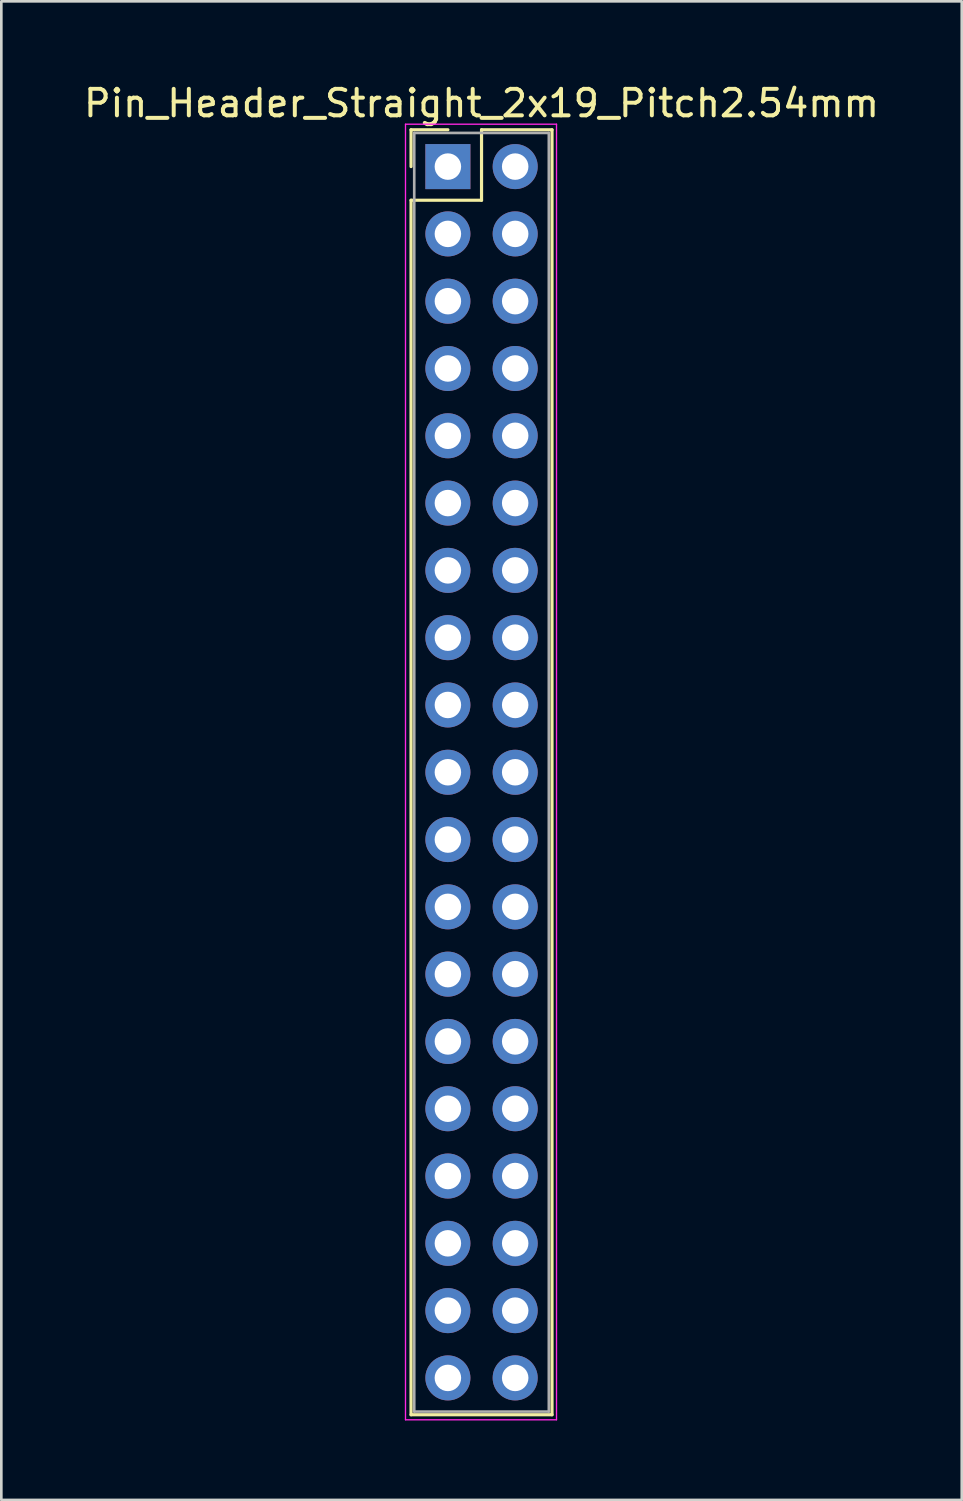
<source format=kicad_pcb>
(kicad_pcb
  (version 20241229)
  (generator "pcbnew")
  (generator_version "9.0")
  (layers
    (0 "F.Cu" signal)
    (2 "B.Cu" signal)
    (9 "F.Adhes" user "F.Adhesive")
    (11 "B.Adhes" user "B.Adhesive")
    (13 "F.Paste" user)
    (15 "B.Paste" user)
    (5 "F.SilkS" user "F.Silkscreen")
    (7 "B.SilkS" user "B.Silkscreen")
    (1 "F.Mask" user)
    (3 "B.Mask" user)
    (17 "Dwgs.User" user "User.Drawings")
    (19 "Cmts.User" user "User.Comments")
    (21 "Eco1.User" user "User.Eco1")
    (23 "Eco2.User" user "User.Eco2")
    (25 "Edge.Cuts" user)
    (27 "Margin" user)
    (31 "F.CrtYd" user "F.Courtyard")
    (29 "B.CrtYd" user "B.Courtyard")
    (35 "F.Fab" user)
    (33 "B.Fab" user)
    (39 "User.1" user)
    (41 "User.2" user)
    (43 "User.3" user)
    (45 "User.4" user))
  (footprint "Pin_Header_Straight_2x19_Pitch2.54mm"
    (layer "F.Cu")
    (at 13.855 3.238)
    (property "Reference" "Pin_Header_Straight_2x19_Pitch2.54mm" (at 1.27 -2.39 0) (layer "F.SilkS") (effects (font (size 1 1) (thickness 0.15))))
    (attr through_hole)
    (fp_line (start -1.39 -1.39) (end 0 -1.39) (stroke (width 0.12) (type solid)) (layer "F.SilkS"))
    (fp_line (start -1.39 0) (end -1.39 -1.39) (stroke (width 0.12) (type solid)) (layer "F.SilkS"))
    (fp_line (start -1.39 1.27) (end -1.39 47.11) (stroke (width 0.12) (type solid)) (layer "F.SilkS"))
    (fp_line (start -1.39 47.11) (end 3.93 47.11) (stroke (width 0.12) (type solid)) (layer "F.SilkS"))
    (fp_line (start 1.27 -1.39) (end 1.27 1.27) (stroke (width 0.12) (type solid)) (layer "F.SilkS"))
    (fp_line (start 1.27 1.27) (end -1.39 1.27) (stroke (width 0.12) (type solid)) (layer "F.SilkS"))
    (fp_line (start 3.93 -1.39) (end 1.27 -1.39) (stroke (width 0.12) (type solid)) (layer "F.SilkS"))
    (fp_line (start 3.93 47.11) (end 3.93 -1.39) (stroke (width 0.12) (type solid)) (layer "F.SilkS"))
    (fp_line (start -1.6 -1.6) (end -1.6 47.3) (stroke (width 0.05) (type solid)) (layer "F.CrtYd"))
    (fp_line (start -1.6 47.3) (end 4.1 47.3) (stroke (width 0.05) (type solid)) (layer "F.CrtYd"))
    (fp_line (start 4.1 -1.6) (end -1.6 -1.6) (stroke (width 0.05) (type solid)) (layer "F.CrtYd"))
    (fp_line (start 4.1 47.3) (end 4.1 -1.6) (stroke (width 0.05) (type solid)) (layer "F.CrtYd"))
    (fp_line (start -1.27 -1.27) (end -1.27 46.99) (stroke (width 0.1) (type solid)) (layer "F.Fab"))
    (fp_line (start -1.27 46.99) (end 3.81 46.99) (stroke (width 0.1) (type solid)) (layer "F.Fab"))
    (fp_line (start 3.81 -1.27) (end -1.27 -1.27) (stroke (width 0.1) (type solid)) (layer "F.Fab"))
    (fp_line (start 3.81 46.99) (end 3.81 -1.27) (stroke (width 0.1) (type solid)) (layer "F.Fab"))
    (pad "1" thru_hole rect (at 0 0) (size 1.7 1.7) (drill 1) (layers "*.Cu" "*.Mask"))
    (pad "2" thru_hole oval (at 2.54 0) (size 1.7 1.7) (drill 1) (layers "*.Cu" "*.Mask"))
    (pad "3" thru_hole oval (at 0 2.54) (size 1.7 1.7) (drill 1) (layers "*.Cu" "*.Mask"))
    (pad "4" thru_hole oval (at 2.54 2.54) (size 1.7 1.7) (drill 1) (layers "*.Cu" "*.Mask"))
    (pad "5" thru_hole oval (at 0 5.08) (size 1.7 1.7) (drill 1) (layers "*.Cu" "*.Mask"))
    (pad "6" thru_hole oval (at 2.54 5.08) (size 1.7 1.7) (drill 1) (layers "*.Cu" "*.Mask"))
    (pad "7" thru_hole oval (at 0 7.62) (size 1.7 1.7) (drill 1) (layers "*.Cu" "*.Mask"))
    (pad "8" thru_hole oval (at 2.54 7.62) (size 1.7 1.7) (drill 1) (layers "*.Cu" "*.Mask"))
    (pad "9" thru_hole oval (at 0 10.16) (size 1.7 1.7) (drill 1) (layers "*.Cu" "*.Mask"))
    (pad "10" thru_hole oval (at 2.54 10.16) (size 1.7 1.7) (drill 1) (layers "*.Cu" "*.Mask"))
    (pad "11" thru_hole oval (at 0 12.7) (size 1.7 1.7) (drill 1) (layers "*.Cu" "*.Mask"))
    (pad "12" thru_hole oval (at 2.54 12.7) (size 1.7 1.7) (drill 1) (layers "*.Cu" "*.Mask"))
    (pad "13" thru_hole oval (at 0 15.24) (size 1.7 1.7) (drill 1) (layers "*.Cu" "*.Mask"))
    (pad "14" thru_hole oval (at 2.54 15.24) (size 1.7 1.7) (drill 1) (layers "*.Cu" "*.Mask"))
    (pad "15" thru_hole oval (at 0 17.78) (size 1.7 1.7) (drill 1) (layers "*.Cu" "*.Mask"))
    (pad "16" thru_hole oval (at 2.54 17.78) (size 1.7 1.7) (drill 1) (layers "*.Cu" "*.Mask"))
    (pad "17" thru_hole oval (at 0 20.32) (size 1.7 1.7) (drill 1) (layers "*.Cu" "*.Mask"))
    (pad "18" thru_hole oval (at 2.54 20.32) (size 1.7 1.7) (drill 1) (layers "*.Cu" "*.Mask"))
    (pad "19" thru_hole oval (at 0 22.86) (size 1.7 1.7) (drill 1) (layers "*.Cu" "*.Mask"))
    (pad "20" thru_hole oval (at 2.54 22.86) (size 1.7 1.7) (drill 1) (layers "*.Cu" "*.Mask"))
    (pad "21" thru_hole oval (at 0 25.4) (size 1.7 1.7) (drill 1) (layers "*.Cu" "*.Mask"))
    (pad "22" thru_hole oval (at 2.54 25.4) (size 1.7 1.7) (drill 1) (layers "*.Cu" "*.Mask"))
    (pad "23" thru_hole oval (at 0 27.94) (size 1.7 1.7) (drill 1) (layers "*.Cu" "*.Mask"))
    (pad "24" thru_hole oval (at 2.54 27.94) (size 1.7 1.7) (drill 1) (layers "*.Cu" "*.Mask"))
    (pad "25" thru_hole oval (at 0 30.48) (size 1.7 1.7) (drill 1) (layers "*.Cu" "*.Mask"))
    (pad "26" thru_hole oval (at 2.54 30.48) (size 1.7 1.7) (drill 1) (layers "*.Cu" "*.Mask"))
    (pad "27" thru_hole oval (at 0 33.02) (size 1.7 1.7) (drill 1) (layers "*.Cu" "*.Mask"))
    (pad "28" thru_hole oval (at 2.54 33.02) (size 1.7 1.7) (drill 1) (layers "*.Cu" "*.Mask"))
    (pad "29" thru_hole oval (at 0 35.56) (size 1.7 1.7) (drill 1) (layers "*.Cu" "*.Mask"))
    (pad "30" thru_hole oval (at 2.54 35.56) (size 1.7 1.7) (drill 1) (layers "*.Cu" "*.Mask"))
    (pad "31" thru_hole oval (at 0 38.1) (size 1.7 1.7) (drill 1) (layers "*.Cu" "*.Mask"))
    (pad "32" thru_hole oval (at 2.54 38.1) (size 1.7 1.7) (drill 1) (layers "*.Cu" "*.Mask"))
    (pad "33" thru_hole oval (at 0 40.64) (size 1.7 1.7) (drill 1) (layers "*.Cu" "*.Mask"))
    (pad "34" thru_hole oval (at 2.54 40.64) (size 1.7 1.7) (drill 1) (layers "*.Cu" "*.Mask"))
    (pad "35" thru_hole oval (at 0 43.18) (size 1.7 1.7) (drill 1) (layers "*.Cu" "*.Mask"))
    (pad "36" thru_hole oval (at 2.54 43.18) (size 1.7 1.7) (drill 1) (layers "*.Cu" "*.Mask"))
    (pad "37" thru_hole oval (at 0 45.72) (size 1.7 1.7) (drill 1) (layers "*.Cu" "*.Mask"))
    (pad "38" thru_hole oval (at 2.54 45.72) (size 1.7 1.7) (drill 1) (layers "*.Cu" "*.Mask")))
  (gr_rect
    (start -3 -3)
    (end 33.25 53.563)
    (stroke (width 0.1) (type default))
    (fill no)
    (layer "Edge.Cuts")))
</source>
